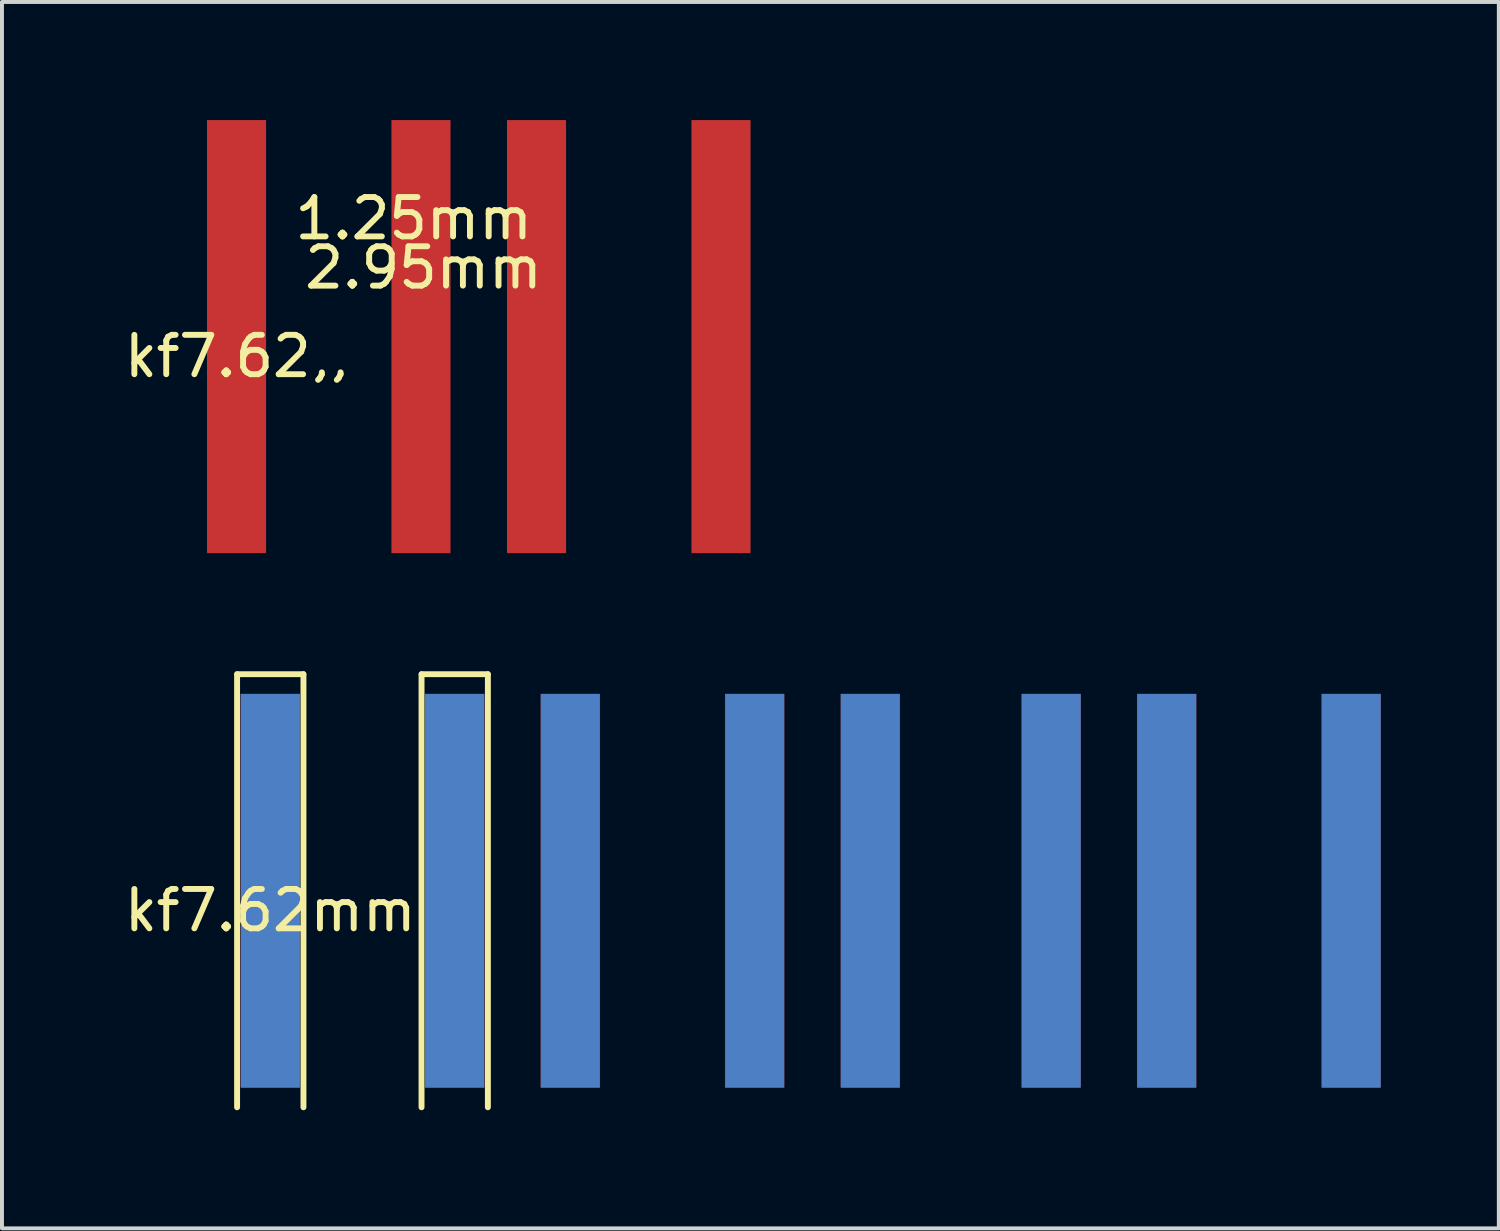
<source format=kicad_pcb>
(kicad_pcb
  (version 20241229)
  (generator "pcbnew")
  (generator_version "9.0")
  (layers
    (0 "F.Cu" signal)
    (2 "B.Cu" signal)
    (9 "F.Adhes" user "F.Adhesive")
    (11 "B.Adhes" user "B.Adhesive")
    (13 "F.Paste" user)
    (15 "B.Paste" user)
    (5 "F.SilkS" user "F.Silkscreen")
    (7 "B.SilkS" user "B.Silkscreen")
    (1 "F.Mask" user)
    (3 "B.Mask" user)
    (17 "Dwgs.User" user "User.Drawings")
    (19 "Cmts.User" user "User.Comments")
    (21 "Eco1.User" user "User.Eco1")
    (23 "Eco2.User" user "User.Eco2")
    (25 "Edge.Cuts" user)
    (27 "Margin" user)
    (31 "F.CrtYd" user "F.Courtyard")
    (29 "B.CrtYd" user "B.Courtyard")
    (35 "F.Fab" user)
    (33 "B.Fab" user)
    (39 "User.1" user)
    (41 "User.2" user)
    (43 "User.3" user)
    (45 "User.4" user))
  (footprint "kf7.62mm"
    (layer "F.Cu")
    (at 3.815 19.575)
    (property "Reference" "kf7.62mm" (at 0 0.5 0) (layer "F.SilkS") (effects (font (size 1 1) (thickness 0.15))))
    (attr through_hole)
    (fp_line (start -0.843 5.5) (end -0.843 -5.5) (stroke (width 0.15) (type solid)) (layer "F.SilkS"))
    (fp_line (start 0.84 -5.5) (end -0.84 -5.5) (stroke (width 0.15) (type solid)) (layer "F.SilkS"))
    (fp_line (start 0.843 5.5) (end 0.843 -5.5) (stroke (width 0.15) (type solid)) (layer "F.SilkS"))
    (fp_line (start 3.842 5.5) (end 3.842 -5.5) (stroke (width 0.15) (type solid)) (layer "F.SilkS"))
    (fp_line (start 5.525 -5.5) (end 3.845 -5.5) (stroke (width 0.15) (type solid)) (layer "F.SilkS"))
    (fp_line (start 5.527 5.5) (end 5.527 -5.5) (stroke (width 0.15) (type solid)) (layer "F.SilkS"))
    (pad "1" smd rect (at 0 0) (size 1.5 10) (layers "F.Cu" "F.Mask" "F.Paste"))
    (pad "1" smd rect (at 0 0) (size 1.5 10) (layers "B.Cu" "B.Mask" "B.Paste"))
    (pad "1" smd rect (at 4.685 0) (size 1.5 10) (layers "F.Cu" "F.Mask" "F.Paste"))
    (pad "1" smd rect (at 4.685 0) (size 1.5 10) (layers "B.Cu" "B.Mask" "B.Paste"))
    (pad "2" smd rect (at 7.62 0) (size 1.5 10) (layers "F.Cu" "F.Mask" "F.Paste"))
    (pad "2" smd rect (at 7.62 0) (size 1.5 10) (layers "B.Cu" "B.Mask" "B.Paste"))
    (pad "2" smd rect (at 12.305 0) (size 1.5 10) (layers "F.Cu" "F.Mask" "F.Paste"))
    (pad "2" smd rect (at 12.305 0) (size 1.5 10) (layers "B.Cu" "B.Mask" "B.Paste"))
    (pad "3" smd rect (at 15.24 0) (size 1.5 10) (layers "F.Cu" "F.Mask" "F.Paste"))
    (pad "3" smd rect (at 15.24 0) (size 1.5 10) (layers "B.Cu" "B.Mask" "B.Paste"))
    (pad "3" smd rect (at 19.835 0) (size 1.5 10) (layers "F.Cu" "F.Mask" "F.Paste"))
    (pad "3" smd rect (at 19.835 0) (size 1.5 10) (layers "B.Cu" "B.Mask" "B.Paste"))
    (pad "4" smd rect (at 22.77 0) (size 1.5 10) (layers "F.Cu" "F.Mask" "F.Paste"))
    (pad "4" smd rect (at 22.77 0) (size 1.5 10) (layers "B.Cu" "B.Mask" "B.Paste"))
    (pad "4" smd rect (at 27.455 0) (size 1.5 10) (layers "F.Cu" "F.Mask" "F.Paste"))
    (pad "4" smd rect (at 27.455 0) (size 1.5 10) (layers "B.Cu" "B.Mask" "B.Paste")))
  (footprint "kf7.62,,"
    (layer "F.Cu")
    (at 2.958 5.5)
    (property "Reference" "kf7.62,," (at 0 0.5 0) (layer "F.SilkS") (effects (font (size 1 1) (thickness 0.15))))
    (attr through_hole)
    (fp_text user "2.95mm" (at 4.75 -1.75 0) (layer "F.SilkS") (effects (font (size 1 1) (thickness 0.15))))
    (fp_text user "1.25mm" (at 4.5 -3 0) (layer "F.SilkS") (effects (font (size 1 1) (thickness 0.15))))
    (pad "1" smd rect (at 0 0) (size 1.5 11) (layers "F.Cu" "F.Mask" "F.Paste"))
    (pad "2" smd rect (at 4.685 0) (size 1.5 11) (layers "F.Cu" "F.Mask" "F.Paste"))
    (pad "3" smd rect (at 7.62 0) (size 1.5 11) (layers "F.Cu" "F.Mask" "F.Paste"))
    (pad "4" smd rect (at 12.305 0) (size 1.5 11) (layers "F.Cu" "F.Mask" "F.Paste")))
  (gr_rect
    (start -3 -3)
    (end 35.02 28.15)
    (stroke (width 0.1) (type default))
    (fill no)
    (layer "Edge.Cuts")))
</source>
